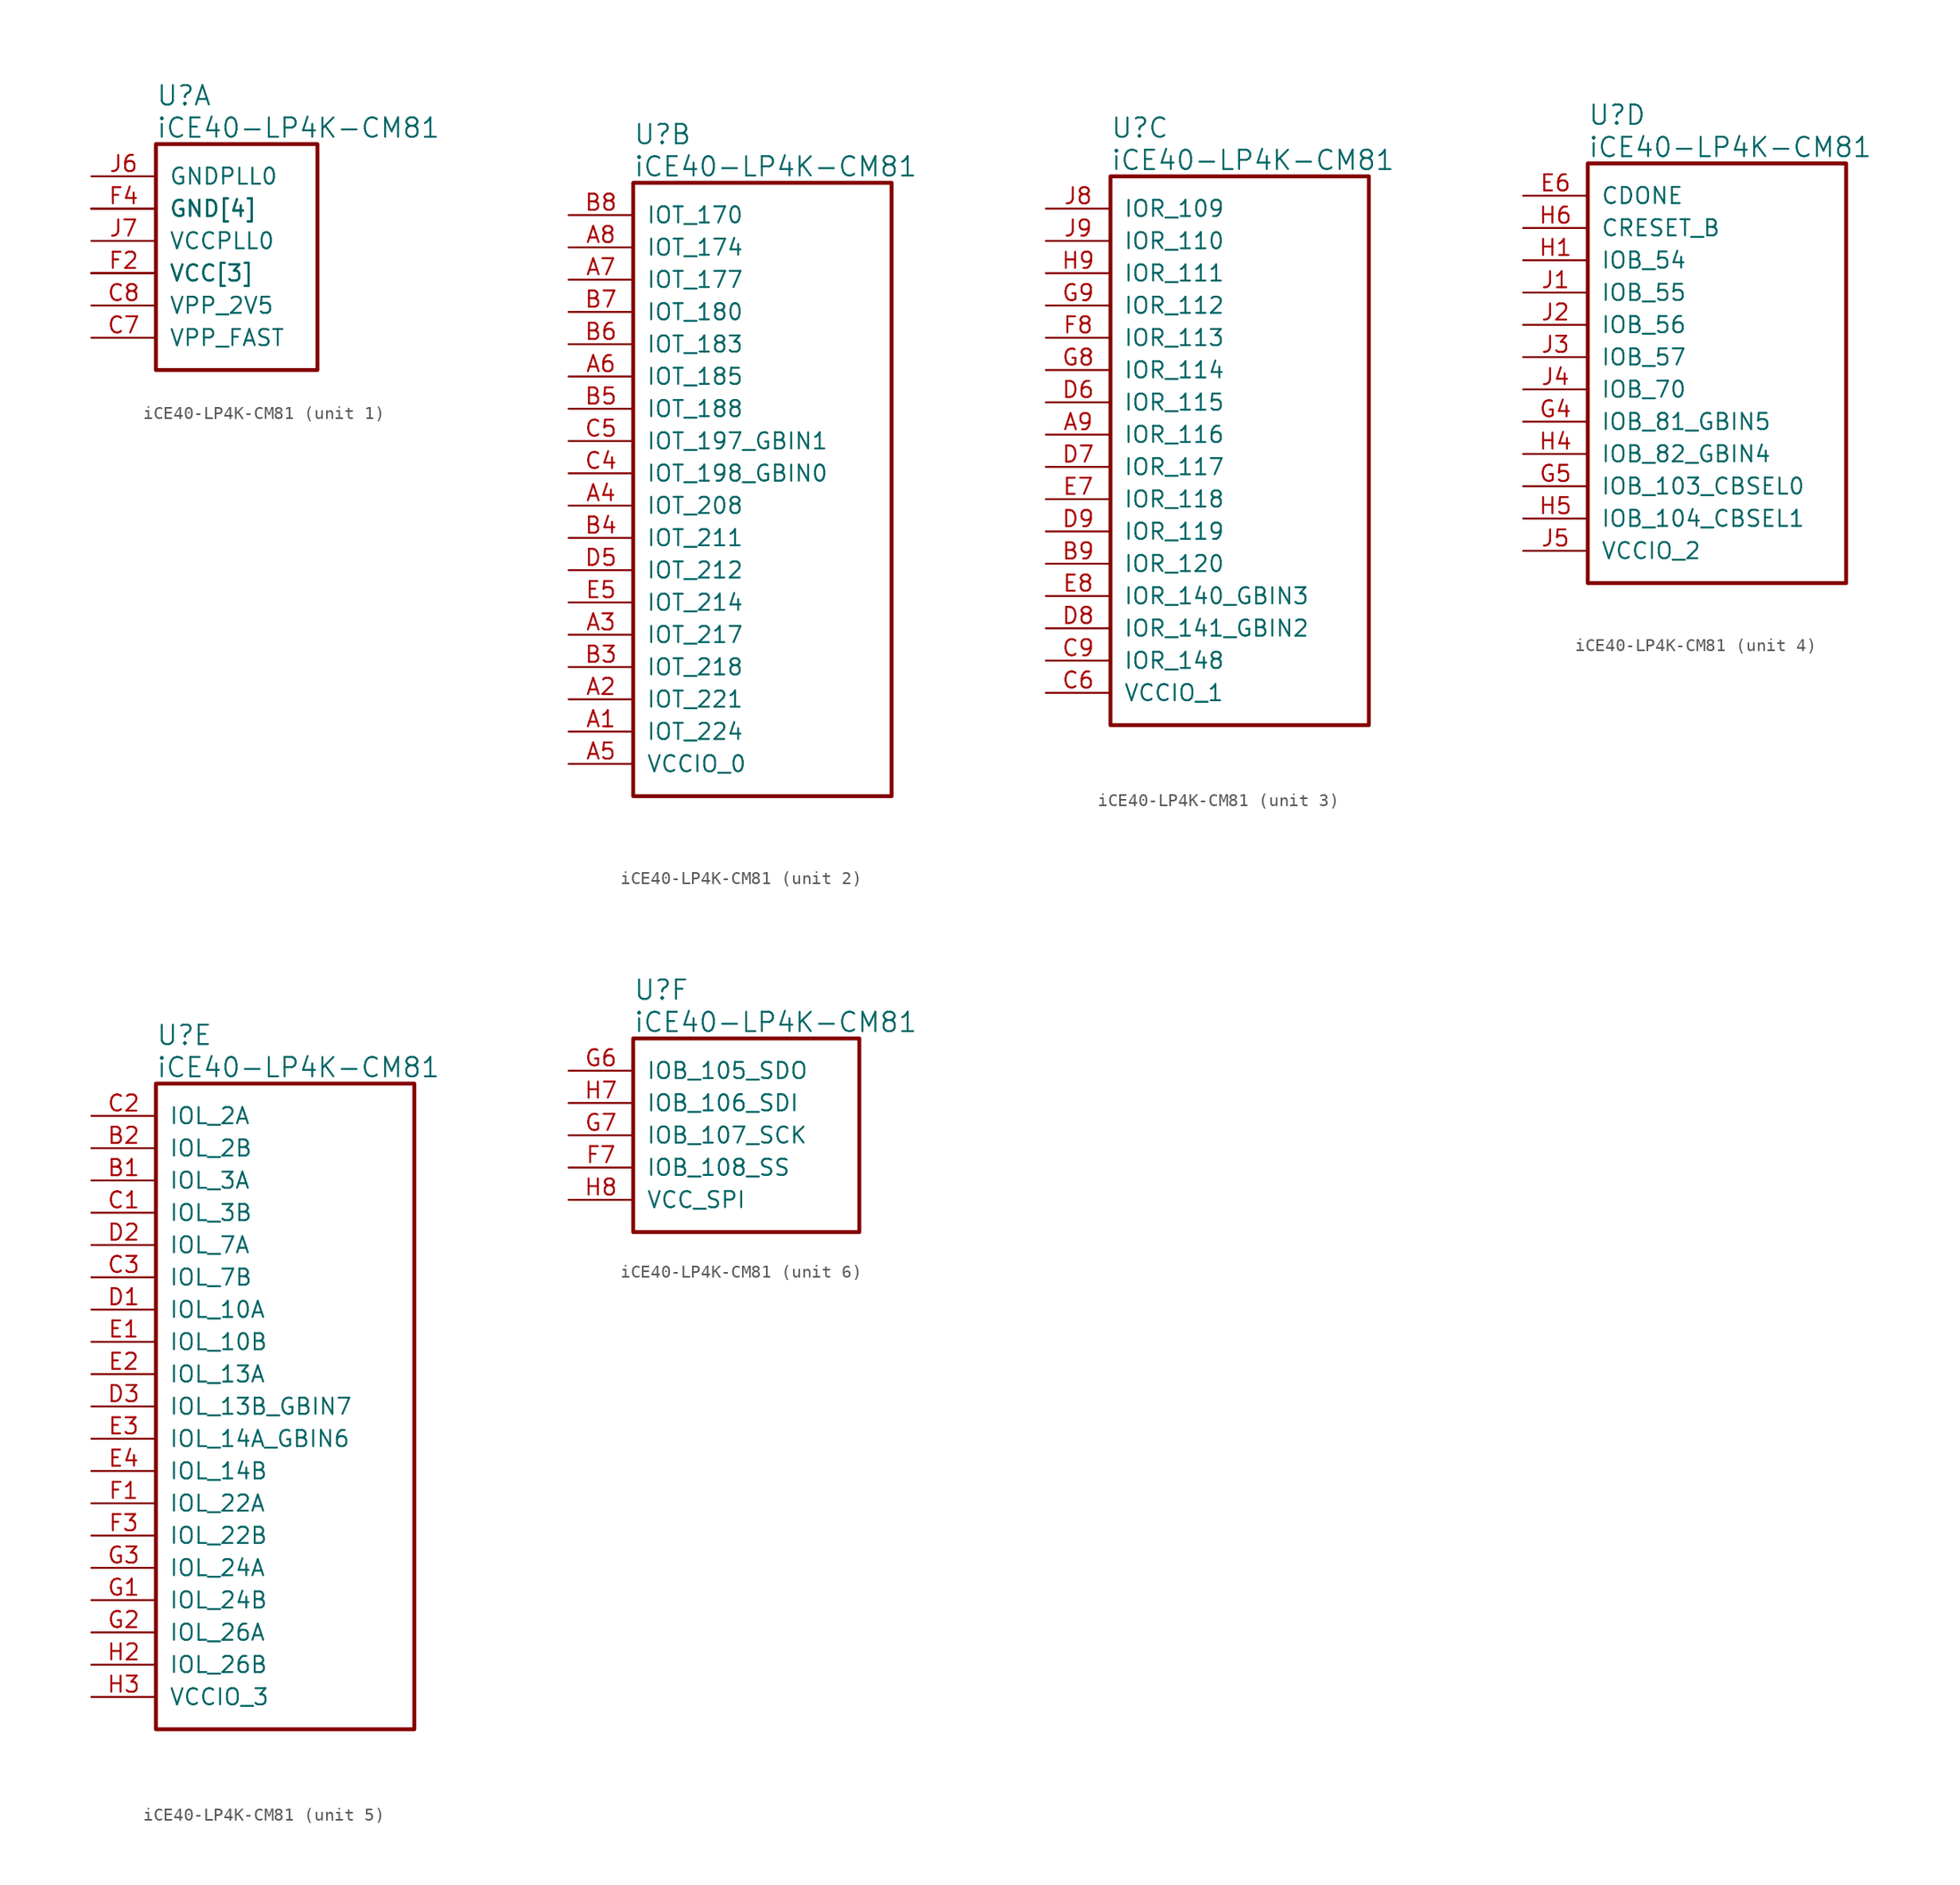
<source format=kicad_sym>
(kicad_symbol_lib
  (version 20241209)
  (generator "kicad_symbol_editor")
  (generator_version "9.0")
  (symbol "iCE40-LP4K-CM81"
    (pin_names
      (offset 1.016))
    (property "Reference" "U"
      (at 5.08 6.35 0)
      (effects (font (size 1.524 1.524)) (justify left)))
    (property "Value" "iCE40-LP4K-CM81"
      (at 5.08 3.81 0)
      (effects (font (size 1.524 1.524)) (justify left)))
    (property "ki_locked" ""
      (at 0 0 0)
      (effects (font (size 1.27 1.27))))
    (symbol "iCE40-LP4K-CM81_1_1"
      (rectangle (start 5.08 2.54) (end 17.78 -15.24) (stroke (width 0.305) (type solid)) (fill (type none)))
      (pin power_in line (at 0 0 0) (length 5.08) (name "GNDPLL0" (effects (font (size 1.27 1.27)))) (number "J6" (effects (font (size 1.27 1.27)))))
      (pin power_in line (at 0 -2.54 0) (length 5.08) (name "GND[4]" (effects (font (size 1.27 1.27)))) (number "F4" (effects (font (size 1.27 1.27)))))
      (pin power_in line (at 0 -2.54 0) (length 5.08) (name "GND[4]" (effects (font (size 1.27 1.27)))) (number "F5" (effects (font (size 0 0)))))
      (pin power_in line (at 0 -2.54 0) (length 5.08) (name "GND[4]" (effects (font (size 1.27 1.27)))) (number "F6" (effects (font (size 0 0)))))
      (pin power_in line (at 0 -2.54 0) (length 5.08) (name "GND[4]" (effects (font (size 1.27 1.27)))) (number "F9" (effects (font (size 0 0)))))
      (pin power_in line (at 0 -5.08 0) (length 5.08) (name "VCCPLL0" (effects (font (size 1.27 1.27)))) (number "J7" (effects (font (size 1.27 1.27)))))
      (pin power_in line (at 0 -7.62 0) (length 5.08) (name "VCC[3]" (effects (font (size 1.27 1.27)))) (number "D4" (effects (font (size 0 0)))))
      (pin power_in line (at 0 -7.62 0) (length 5.08) (name "VCC[3]" (effects (font (size 1.27 1.27)))) (number "E9" (effects (font (size 0 0)))))
      (pin power_in line (at 0 -7.62 0) (length 5.08) (name "VCC[3]" (effects (font (size 1.27 1.27)))) (number "F2" (effects (font (size 1.27 1.27)))))
      (pin power_in line (at 0 -10.16 0) (length 5.08) (name "VPP_2V5" (effects (font (size 1.27 1.27)))) (number "C8" (effects (font (size 1.27 1.27)))))
      (pin power_in line (at 0 -12.7 0) (length 5.08) (name "VPP_FAST" (effects (font (size 1.27 1.27)))) (number "C7" (effects (font (size 1.27 1.27))))))
    (symbol "iCE40-LP4K-CM81_2_1"
      (rectangle (start 5.08 2.54) (end 25.4 -45.72) (stroke (width 0.305) (type solid)) (fill (type none)))
      (pin bidirectional line (at 0 0 0) (length 5.08) (name "IOT_170" (effects (font (size 1.27 1.27)))) (number "B8" (effects (font (size 1.27 1.27)))))
      (pin bidirectional line (at 0 -2.54 0) (length 5.08) (name "IOT_174" (effects (font (size 1.27 1.27)))) (number "A8" (effects (font (size 1.27 1.27)))))
      (pin bidirectional line (at 0 -5.08 0) (length 5.08) (name "IOT_177" (effects (font (size 1.27 1.27)))) (number "A7" (effects (font (size 1.27 1.27)))))
      (pin bidirectional line (at 0 -7.62 0) (length 5.08) (name "IOT_180" (effects (font (size 1.27 1.27)))) (number "B7" (effects (font (size 1.27 1.27)))))
      (pin bidirectional line (at 0 -10.16 0) (length 5.08) (name "IOT_183" (effects (font (size 1.27 1.27)))) (number "B6" (effects (font (size 1.27 1.27)))))
      (pin bidirectional line (at 0 -12.7 0) (length 5.08) (name "IOT_185" (effects (font (size 1.27 1.27)))) (number "A6" (effects (font (size 1.27 1.27)))))
      (pin bidirectional line (at 0 -15.24 0) (length 5.08) (name "IOT_188" (effects (font (size 1.27 1.27)))) (number "B5" (effects (font (size 1.27 1.27)))))
      (pin bidirectional line (at 0 -17.78 0) (length 5.08) (name "IOT_197_GBIN1" (effects (font (size 1.27 1.27)))) (number "C5" (effects (font (size 1.27 1.27)))))
      (pin bidirectional line (at 0 -20.32 0) (length 5.08) (name "IOT_198_GBIN0" (effects (font (size 1.27 1.27)))) (number "C4" (effects (font (size 1.27 1.27)))))
      (pin bidirectional line (at 0 -22.86 0) (length 5.08) (name "IOT_208" (effects (font (size 1.27 1.27)))) (number "A4" (effects (font (size 1.27 1.27)))))
      (pin bidirectional line (at 0 -25.4 0) (length 5.08) (name "IOT_211" (effects (font (size 1.27 1.27)))) (number "B4" (effects (font (size 1.27 1.27)))))
      (pin bidirectional line (at 0 -27.94 0) (length 5.08) (name "IOT_212" (effects (font (size 1.27 1.27)))) (number "D5" (effects (font (size 1.27 1.27)))))
      (pin bidirectional line (at 0 -30.48 0) (length 5.08) (name "IOT_214" (effects (font (size 1.27 1.27)))) (number "E5" (effects (font (size 1.27 1.27)))))
      (pin bidirectional line (at 0 -33.02 0) (length 5.08) (name "IOT_217" (effects (font (size 1.27 1.27)))) (number "A3" (effects (font (size 1.27 1.27)))))
      (pin bidirectional line (at 0 -35.56 0) (length 5.08) (name "IOT_218" (effects (font (size 1.27 1.27)))) (number "B3" (effects (font (size 1.27 1.27)))))
      (pin bidirectional line (at 0 -38.1 0) (length 5.08) (name "IOT_221" (effects (font (size 1.27 1.27)))) (number "A2" (effects (font (size 1.27 1.27)))))
      (pin bidirectional line (at 0 -40.64 0) (length 5.08) (name "IOT_224" (effects (font (size 1.27 1.27)))) (number "A1" (effects (font (size 1.27 1.27)))))
      (pin power_in line (at 0 -43.18 0) (length 5.08) (name "VCCIO_0" (effects (font (size 1.27 1.27)))) (number "A5" (effects (font (size 1.27 1.27))))))
    (symbol "iCE40-LP4K-CM81_3_1"
      (rectangle (start 5.08 2.54) (end 25.4 -40.64) (stroke (width 0.305) (type solid)) (fill (type none)))
      (pin bidirectional line (at 0 0 0) (length 5.08) (name "IOR_109" (effects (font (size 1.27 1.27)))) (number "J8" (effects (font (size 1.27 1.27)))))
      (pin bidirectional line (at 0 -2.54 0) (length 5.08) (name "IOR_110" (effects (font (size 1.27 1.27)))) (number "J9" (effects (font (size 1.27 1.27)))))
      (pin bidirectional line (at 0 -5.08 0) (length 5.08) (name "IOR_111" (effects (font (size 1.27 1.27)))) (number "H9" (effects (font (size 1.27 1.27)))))
      (pin bidirectional line (at 0 -7.62 0) (length 5.08) (name "IOR_112" (effects (font (size 1.27 1.27)))) (number "G9" (effects (font (size 1.27 1.27)))))
      (pin bidirectional line (at 0 -10.16 0) (length 5.08) (name "IOR_113" (effects (font (size 1.27 1.27)))) (number "F8" (effects (font (size 1.27 1.27)))))
      (pin bidirectional line (at 0 -12.7 0) (length 5.08) (name "IOR_114" (effects (font (size 1.27 1.27)))) (number "G8" (effects (font (size 1.27 1.27)))))
      (pin bidirectional line (at 0 -15.24 0) (length 5.08) (name "IOR_115" (effects (font (size 1.27 1.27)))) (number "D6" (effects (font (size 1.27 1.27)))))
      (pin bidirectional line (at 0 -17.78 0) (length 5.08) (name "IOR_116" (effects (font (size 1.27 1.27)))) (number "A9" (effects (font (size 1.27 1.27)))))
      (pin bidirectional line (at 0 -20.32 0) (length 5.08) (name "IOR_117" (effects (font (size 1.27 1.27)))) (number "D7" (effects (font (size 1.27 1.27)))))
      (pin bidirectional line (at 0 -22.86 0) (length 5.08) (name "IOR_118" (effects (font (size 1.27 1.27)))) (number "E7" (effects (font (size 1.27 1.27)))))
      (pin bidirectional line (at 0 -25.4 0) (length 5.08) (name "IOR_119" (effects (font (size 1.27 1.27)))) (number "D9" (effects (font (size 1.27 1.27)))))
      (pin bidirectional line (at 0 -27.94 0) (length 5.08) (name "IOR_120" (effects (font (size 1.27 1.27)))) (number "B9" (effects (font (size 1.27 1.27)))))
      (pin bidirectional line (at 0 -30.48 0) (length 5.08) (name "IOR_140_GBIN3" (effects (font (size 1.27 1.27)))) (number "E8" (effects (font (size 1.27 1.27)))))
      (pin bidirectional line (at 0 -33.02 0) (length 5.08) (name "IOR_141_GBIN2" (effects (font (size 1.27 1.27)))) (number "D8" (effects (font (size 1.27 1.27)))))
      (pin bidirectional line (at 0 -35.56 0) (length 5.08) (name "IOR_148" (effects (font (size 1.27 1.27)))) (number "C9" (effects (font (size 1.27 1.27)))))
      (pin power_in line (at 0 -38.1 0) (length 5.08) (name "VCCIO_1" (effects (font (size 1.27 1.27)))) (number "C6" (effects (font (size 1.27 1.27))))))
    (symbol "iCE40-LP4K-CM81_4_1"
      (rectangle (start 5.08 2.54) (end 25.4 -30.48) (stroke (width 0.305) (type solid)) (fill (type none)))
      (pin output line (at 0 0 0) (length 5.08) (name "CDONE" (effects (font (size 1.27 1.27)))) (number "E6" (effects (font (size 1.27 1.27)))))
      (pin input line (at 0 -2.54 0) (length 5.08) (name "CRESET_B" (effects (font (size 1.27 1.27)))) (number "H6" (effects (font (size 1.27 1.27)))))
      (pin bidirectional line (at 0 -5.08 0) (length 5.08) (name "IOB_54" (effects (font (size 1.27 1.27)))) (number "H1" (effects (font (size 1.27 1.27)))))
      (pin bidirectional line (at 0 -7.62 0) (length 5.08) (name "IOB_55" (effects (font (size 1.27 1.27)))) (number "J1" (effects (font (size 1.27 1.27)))))
      (pin bidirectional line (at 0 -10.16 0) (length 5.08) (name "IOB_56" (effects (font (size 1.27 1.27)))) (number "J2" (effects (font (size 1.27 1.27)))))
      (pin bidirectional line (at 0 -12.7 0) (length 5.08) (name "IOB_57" (effects (font (size 1.27 1.27)))) (number "J3" (effects (font (size 1.27 1.27)))))
      (pin bidirectional line (at 0 -15.24 0) (length 5.08) (name "IOB_70" (effects (font (size 1.27 1.27)))) (number "J4" (effects (font (size 1.27 1.27)))))
      (pin bidirectional line (at 0 -17.78 0) (length 5.08) (name "IOB_81_GBIN5" (effects (font (size 1.27 1.27)))) (number "G4" (effects (font (size 1.27 1.27)))))
      (pin bidirectional line (at 0 -20.32 0) (length 5.08) (name "IOB_82_GBIN4" (effects (font (size 1.27 1.27)))) (number "H4" (effects (font (size 1.27 1.27)))))
      (pin bidirectional line (at 0 -22.86 0) (length 5.08) (name "IOB_103_CBSEL0" (effects (font (size 1.27 1.27)))) (number "G5" (effects (font (size 1.27 1.27)))))
      (pin bidirectional line (at 0 -25.4 0) (length 5.08) (name "IOB_104_CBSEL1" (effects (font (size 1.27 1.27)))) (number "H5" (effects (font (size 1.27 1.27)))))
      (pin power_in line (at 0 -27.94 0) (length 5.08) (name "VCCIO_2" (effects (font (size 1.27 1.27)))) (number "J5" (effects (font (size 1.27 1.27))))))
    (symbol "iCE40-LP4K-CM81_5_1"
      (rectangle (start 5.08 2.54) (end 25.4 -48.26) (stroke (width 0.305) (type solid)) (fill (type none)))
      (pin bidirectional line (at 0 0 0) (length 5.08) (name "IOL_2A" (effects (font (size 1.27 1.27)))) (number "C2" (effects (font (size 1.27 1.27)))))
      (pin bidirectional line (at 0 -2.54 0) (length 5.08) (name "IOL_2B" (effects (font (size 1.27 1.27)))) (number "B2" (effects (font (size 1.27 1.27)))))
      (pin bidirectional line (at 0 -5.08 0) (length 5.08) (name "IOL_3A" (effects (font (size 1.27 1.27)))) (number "B1" (effects (font (size 1.27 1.27)))))
      (pin bidirectional line (at 0 -7.62 0) (length 5.08) (name "IOL_3B" (effects (font (size 1.27 1.27)))) (number "C1" (effects (font (size 1.27 1.27)))))
      (pin bidirectional line (at 0 -10.16 0) (length 5.08) (name "IOL_7A" (effects (font (size 1.27 1.27)))) (number "D2" (effects (font (size 1.27 1.27)))))
      (pin bidirectional line (at 0 -12.7 0) (length 5.08) (name "IOL_7B" (effects (font (size 1.27 1.27)))) (number "C3" (effects (font (size 1.27 1.27)))))
      (pin bidirectional line (at 0 -15.24 0) (length 5.08) (name "IOL_10A" (effects (font (size 1.27 1.27)))) (number "D1" (effects (font (size 1.27 1.27)))))
      (pin bidirectional line (at 0 -17.78 0) (length 5.08) (name "IOL_10B" (effects (font (size 1.27 1.27)))) (number "E1" (effects (font (size 1.27 1.27)))))
      (pin bidirectional line (at 0 -20.32 0) (length 5.08) (name "IOL_13A" (effects (font (size 1.27 1.27)))) (number "E2" (effects (font (size 1.27 1.27)))))
      (pin bidirectional line (at 0 -22.86 0) (length 5.08) (name "IOL_13B_GBIN7" (effects (font (size 1.27 1.27)))) (number "D3" (effects (font (size 1.27 1.27)))))
      (pin bidirectional line (at 0 -25.4 0) (length 5.08) (name "IOL_14A_GBIN6" (effects (font (size 1.27 1.27)))) (number "E3" (effects (font (size 1.27 1.27)))))
      (pin bidirectional line (at 0 -27.94 0) (length 5.08) (name "IOL_14B" (effects (font (size 1.27 1.27)))) (number "E4" (effects (font (size 1.27 1.27)))))
      (pin bidirectional line (at 0 -30.48 0) (length 5.08) (name "IOL_22A" (effects (font (size 1.27 1.27)))) (number "F1" (effects (font (size 1.27 1.27)))))
      (pin bidirectional line (at 0 -33.02 0) (length 5.08) (name "IOL_22B" (effects (font (size 1.27 1.27)))) (number "F3" (effects (font (size 1.27 1.27)))))
      (pin bidirectional line (at 0 -35.56 0) (length 5.08) (name "IOL_24A" (effects (font (size 1.27 1.27)))) (number "G3" (effects (font (size 1.27 1.27)))))
      (pin bidirectional line (at 0 -38.1 0) (length 5.08) (name "IOL_24B" (effects (font (size 1.27 1.27)))) (number "G1" (effects (font (size 1.27 1.27)))))
      (pin bidirectional line (at 0 -40.64 0) (length 5.08) (name "IOL_26A" (effects (font (size 1.27 1.27)))) (number "G2" (effects (font (size 1.27 1.27)))))
      (pin bidirectional line (at 0 -43.18 0) (length 5.08) (name "IOL_26B" (effects (font (size 1.27 1.27)))) (number "H2" (effects (font (size 1.27 1.27)))))
      (pin power_in line (at 0 -45.72 0) (length 5.08) (name "VCCIO_3" (effects (font (size 1.27 1.27)))) (number "H3" (effects (font (size 1.27 1.27))))))
    (symbol "iCE40-LP4K-CM81_6_1"
      (rectangle (start 5.08 2.54) (end 22.86 -12.7) (stroke (width 0.305) (type solid)) (fill (type none)))
      (pin bidirectional line (at 0 0 0) (length 5.08) (name "IOB_105_SDO" (effects (font (size 1.27 1.27)))) (number "G6" (effects (font (size 1.27 1.27)))))
      (pin bidirectional line (at 0 -2.54 0) (length 5.08) (name "IOB_106_SDI" (effects (font (size 1.27 1.27)))) (number "H7" (effects (font (size 1.27 1.27)))))
      (pin bidirectional line (at 0 -5.08 0) (length 5.08) (name "IOB_107_SCK" (effects (font (size 1.27 1.27)))) (number "G7" (effects (font (size 1.27 1.27)))))
      (pin bidirectional line (at 0 -7.62 0) (length 5.08) (name "IOB_108_SS" (effects (font (size 1.27 1.27)))) (number "F7" (effects (font (size 1.27 1.27)))))
      (pin power_in line (at 0 -10.16 0) (length 5.08) (name "VCC_SPI" (effects (font (size 1.27 1.27)))) (number "H8" (effects (font (size 1.27 1.27))))))))
</source>
